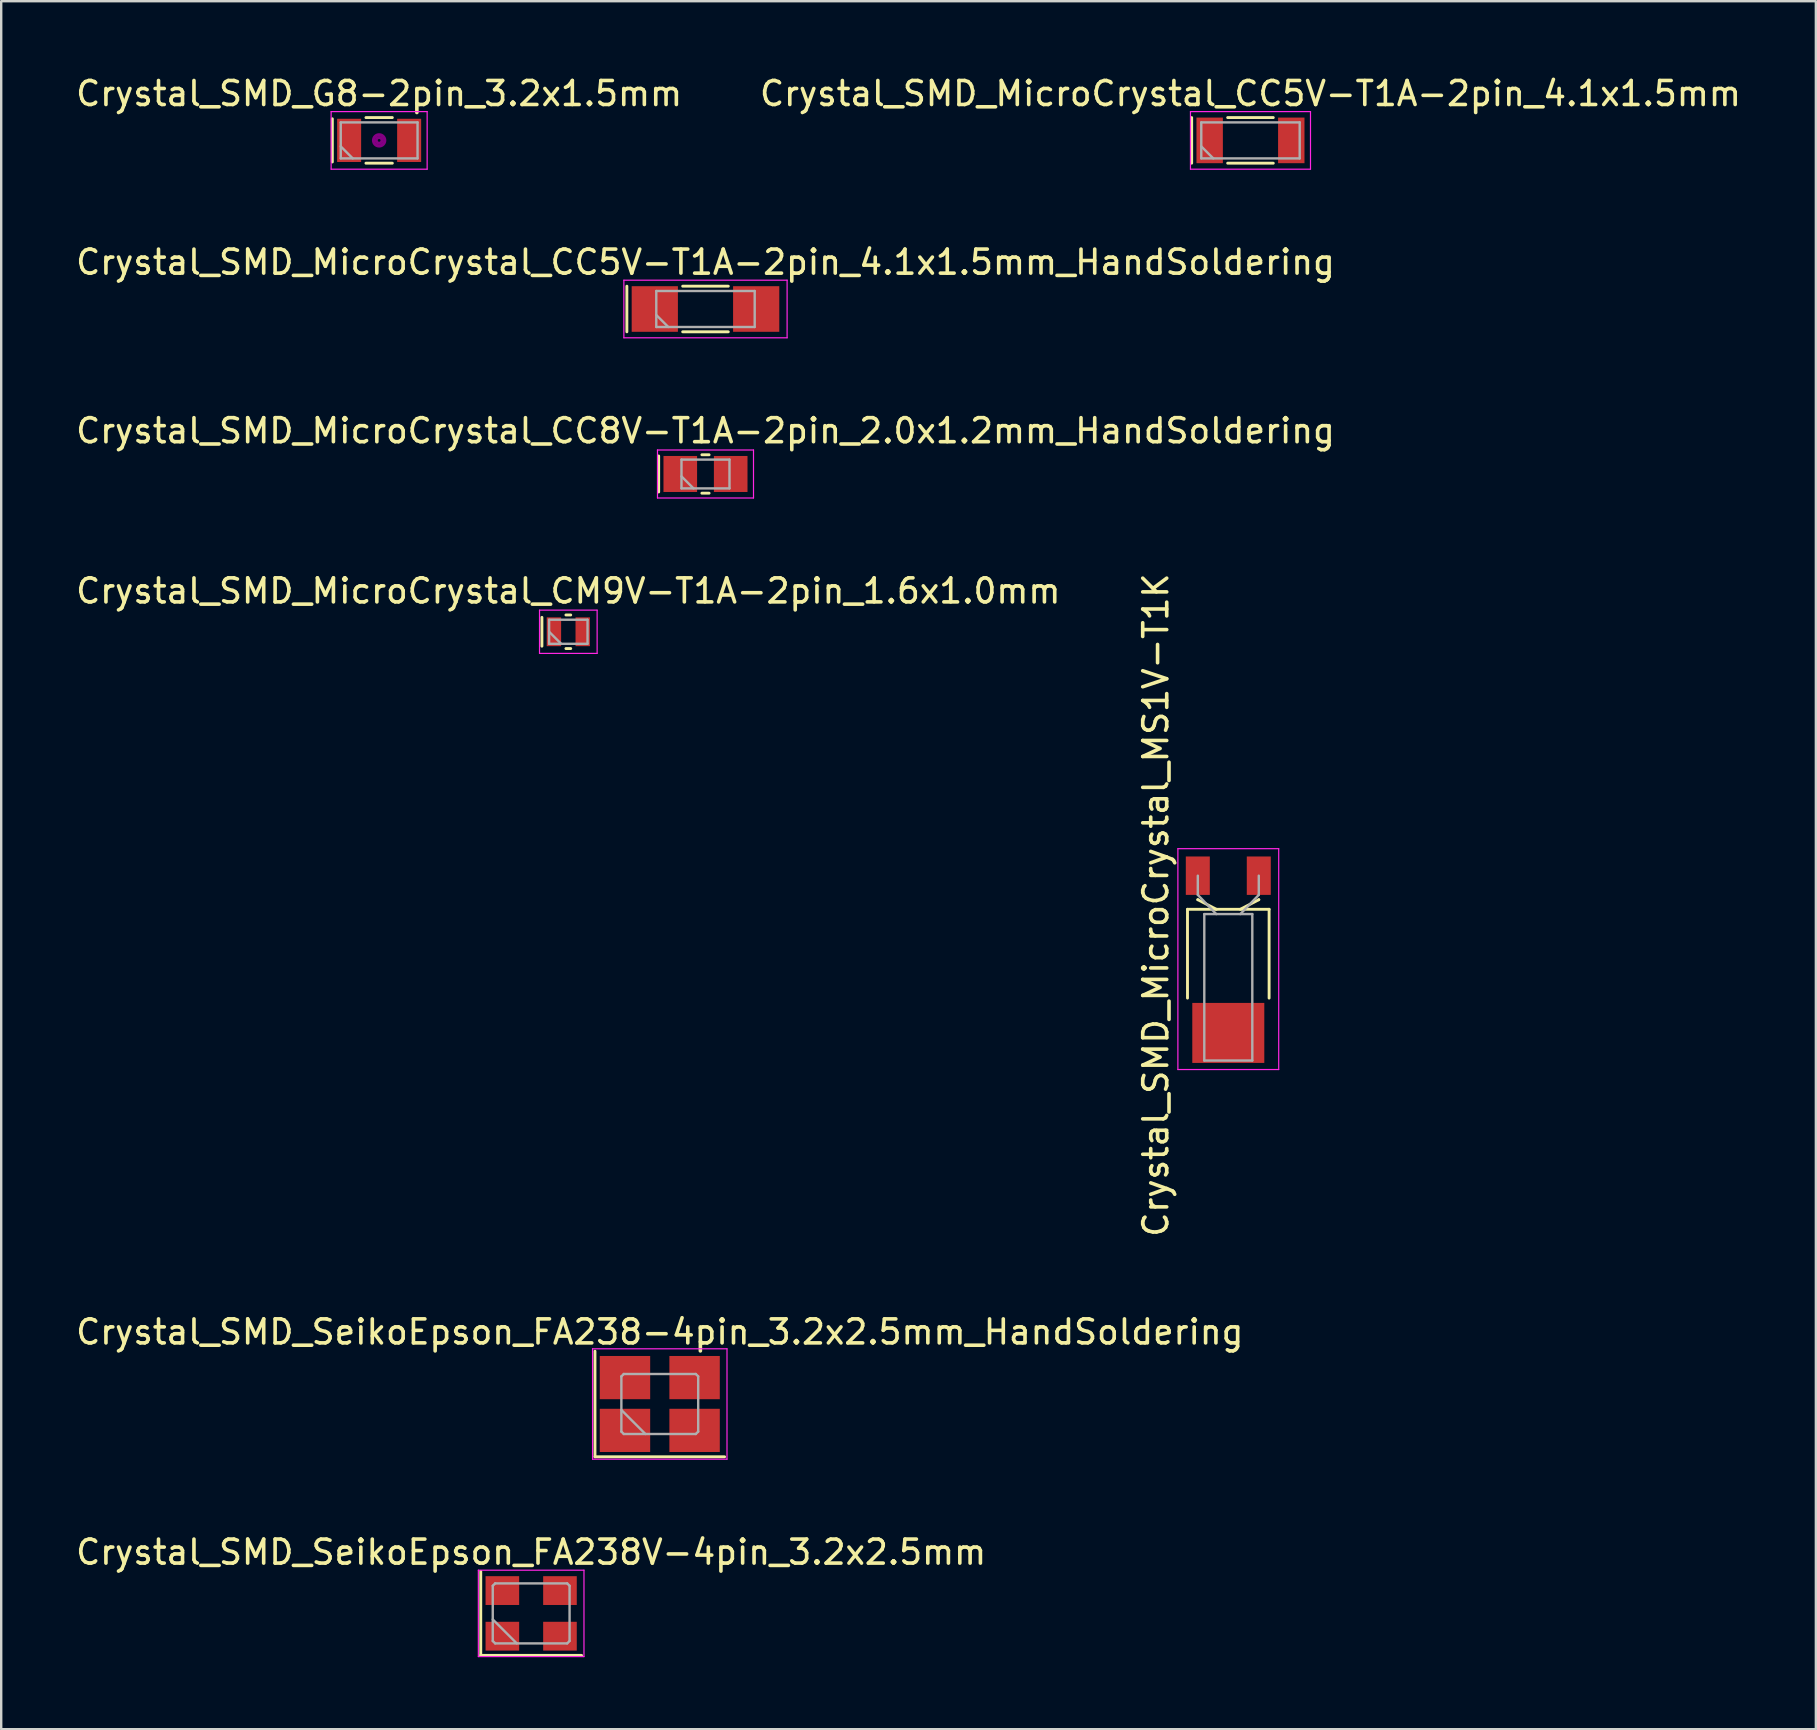
<source format=kicad_pcb>
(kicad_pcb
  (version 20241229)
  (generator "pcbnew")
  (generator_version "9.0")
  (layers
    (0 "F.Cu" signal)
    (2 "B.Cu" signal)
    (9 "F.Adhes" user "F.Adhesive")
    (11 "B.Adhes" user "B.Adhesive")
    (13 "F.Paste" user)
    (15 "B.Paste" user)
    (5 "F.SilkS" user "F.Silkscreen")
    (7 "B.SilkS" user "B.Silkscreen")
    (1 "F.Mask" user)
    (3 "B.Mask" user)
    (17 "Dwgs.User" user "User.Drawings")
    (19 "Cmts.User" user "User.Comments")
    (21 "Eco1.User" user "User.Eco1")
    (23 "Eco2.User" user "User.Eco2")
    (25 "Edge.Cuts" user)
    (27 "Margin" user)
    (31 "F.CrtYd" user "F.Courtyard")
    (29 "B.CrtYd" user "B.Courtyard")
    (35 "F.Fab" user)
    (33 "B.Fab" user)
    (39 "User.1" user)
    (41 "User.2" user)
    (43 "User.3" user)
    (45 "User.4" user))
  (footprint "Crystal_SMD_MicroCrystal_CM9V-T1A-2pin_1.6x1.0mm"
    (layer "F.Cu")
    (at 20.625 23.268)
    (property "Reference" "Crystal_SMD_MicroCrystal_CM9V-T1A-2pin_1.6x1.0mm" (at 0 -1.7 0) (layer "F.SilkS") (effects (font (size 1 1) (thickness 0.15))))
    (attr smd)
    (fp_line (start -1.1 -0.6) (end -1.1 0.6) (stroke (width 0.12) (type solid)) (layer "F.SilkS"))
    (fp_line (start -0.1 -0.7) (end 0.1 -0.7) (stroke (width 0.12) (type solid)) (layer "F.SilkS"))
    (fp_line (start -0.1 0.7) (end 0.1 0.7) (stroke (width 0.12) (type solid)) (layer "F.SilkS"))
    (fp_line (start -1.2 -0.9) (end -1.2 0.9) (stroke (width 0.05) (type solid)) (layer "F.CrtYd"))
    (fp_line (start -1.2 0.9) (end 1.2 0.9) (stroke (width 0.05) (type solid)) (layer "F.CrtYd"))
    (fp_line (start 1.2 -0.9) (end -1.2 -0.9) (stroke (width 0.05) (type solid)) (layer "F.CrtYd"))
    (fp_line (start 1.2 0.9) (end 1.2 -0.9) (stroke (width 0.05) (type solid)) (layer "F.CrtYd"))
    (fp_line (start -0.8 -0.5) (end -0.8 0.5) (stroke (width 0.1) (type solid)) (layer "F.Fab"))
    (fp_line (start -0.8 0) (end -0.3 0.5) (stroke (width 0.1) (type solid)) (layer "F.Fab"))
    (fp_line (start -0.8 0.5) (end 0.8 0.5) (stroke (width 0.1) (type solid)) (layer "F.Fab"))
    (fp_line (start 0.8 -0.5) (end -0.8 -0.5) (stroke (width 0.1) (type solid)) (layer "F.Fab"))
    (fp_line (start 0.8 0.5) (end 0.8 -0.5) (stroke (width 0.1) (type solid)) (layer "F.Fab"))
    (pad "1" smd rect (at -0.6 0) (size 0.6 1.2) (layers "F.Cu" "F.Mask"))
    (pad "2" smd rect (at 0.6 0) (size 0.6 1.2) (layers "F.Cu" "F.Mask")))
  (footprint "Crystal_SMD_MicroCrystal_MS1V-T1K"
    (layer "F.Cu")
    (at 48.118 36.704)
    (property "Reference" "Crystal_SMD_MicroCrystal_MS1V-T1K" (at -3.02 -2.05 90) (layer "F.SilkS") (effects (font (size 1 1) (thickness 0.15))))
    (attr smd)
    (fp_line (start -1.7 -1.875) (end 1.7 -1.875) (stroke (width 0.12) (type solid)) (layer "F.SilkS"))
    (fp_line (start -1.7 1.825) (end -1.7 -1.875) (stroke (width 0.12) (type solid)) (layer "F.SilkS"))
    (fp_line (start -1.27 -2.275) (end -1.27 -2.275) (stroke (width 0.12) (type solid)) (layer "F.SilkS"))
    (fp_line (start -0.5 -1.875) (end -1.27 -2.275) (stroke (width 0.12) (type solid)) (layer "F.SilkS"))
    (fp_line (start 0.5 -1.875) (end 1.27 -2.275) (stroke (width 0.12) (type solid)) (layer "F.SilkS"))
    (fp_line (start 1.27 -2.275) (end 1.27 -2.275) (stroke (width 0.12) (type solid)) (layer "F.SilkS"))
    (fp_line (start 1.7 -1.875) (end 1.7 1.825) (stroke (width 0.12) (type solid)) (layer "F.SilkS"))
    (fp_line (start -2.1 -4.4) (end -2.1 4.8) (stroke (width 0.05) (type solid)) (layer "F.CrtYd"))
    (fp_line (start -2.1 4.8) (end 2.1 4.8) (stroke (width 0.05) (type solid)) (layer "F.CrtYd"))
    (fp_line (start 2.1 -4.4) (end -2.1 -4.4) (stroke (width 0.05) (type solid)) (layer "F.CrtYd"))
    (fp_line (start 2.1 4.8) (end 2.1 -4.4) (stroke (width 0.05) (type solid)) (layer "F.CrtYd"))
    (fp_line (start -1.27 -2.475) (end -1.27 -3.275) (stroke (width 0.1) (type solid)) (layer "F.Fab"))
    (fp_line (start -1 -1.675) (end -1 4.425) (stroke (width 0.1) (type solid)) (layer "F.Fab"))
    (fp_line (start -1 4.425) (end 1 4.425) (stroke (width 0.1) (type solid)) (layer "F.Fab"))
    (fp_line (start -0.5 -1.675) (end -1.27 -2.475) (stroke (width 0.1) (type solid)) (layer "F.Fab"))
    (fp_line (start 0.5 -1.675) (end 1.27 -2.475) (stroke (width 0.1) (type solid)) (layer "F.Fab"))
    (fp_line (start 1 -1.675) (end -1 -1.675) (stroke (width 0.1) (type solid)) (layer "F.Fab"))
    (fp_line (start 1 4.425) (end 1 -1.675) (stroke (width 0.1) (type solid)) (layer "F.Fab"))
    (fp_line (start 1.27 -2.475) (end 1.27 -3.275) (stroke (width 0.1) (type solid)) (layer "F.Fab"))
    (pad "1" smd rect (at -1.27 -3.275) (size 1 1.6) (layers "F.Cu" "F.Mask"))
    (pad "2" smd rect (at 1.27 -3.275) (size 1 1.6) (layers "F.Cu" "F.Mask"))
    (pad "3" smd rect (at 0 3.275) (size 3 2.5) (layers "F.Cu" "F.Mask")))
  (footprint "Crystal_SMD_MicroCrystal_CC8V-T1A-2pin_2.0x1.2mm_HandSoldering"
    (layer "F.Cu")
    (at 26.339 16.695)
    (property "Reference" "Crystal_SMD_MicroCrystal_CC8V-T1A-2pin_2.0x1.2mm_HandSoldering" (at 0 -1.8 0) (layer "F.SilkS") (effects (font (size 1 1) (thickness 0.15))))
    (attr smd)
    (fp_line (start -1.95 -0.75) (end -1.95 0.75) (stroke (width 0.12) (type solid)) (layer "F.SilkS"))
    (fp_line (start -0.15 -0.8) (end 0.15 -0.8) (stroke (width 0.12) (type solid)) (layer "F.SilkS"))
    (fp_line (start -0.15 0.8) (end 0.15 0.8) (stroke (width 0.12) (type solid)) (layer "F.SilkS"))
    (fp_line (start -2 -1) (end -2 1) (stroke (width 0.05) (type solid)) (layer "F.CrtYd"))
    (fp_line (start -2 1) (end 2 1) (stroke (width 0.05) (type solid)) (layer "F.CrtYd"))
    (fp_line (start 2 -1) (end -2 -1) (stroke (width 0.05) (type solid)) (layer "F.CrtYd"))
    (fp_line (start 2 1) (end 2 -1) (stroke (width 0.05) (type solid)) (layer "F.CrtYd"))
    (fp_line (start -1 -0.6) (end -1 0.6) (stroke (width 0.1) (type solid)) (layer "F.Fab"))
    (fp_line (start -1 0.1) (end -0.5 0.6) (stroke (width 0.1) (type solid)) (layer "F.Fab"))
    (fp_line (start -1 0.6) (end 1 0.6) (stroke (width 0.1) (type solid)) (layer "F.Fab"))
    (fp_line (start 1 -0.6) (end -1 -0.6) (stroke (width 0.1) (type solid)) (layer "F.Fab"))
    (fp_line (start 1 0.6) (end 1 -0.6) (stroke (width 0.1) (type solid)) (layer "F.Fab"))
    (pad "1" smd rect (at -1.05 0) (size 1.4 1.5) (layers "F.Cu" "F.Mask"))
    (pad "2" smd rect (at 1.05 0) (size 1.4 1.5) (layers "F.Cu" "F.Mask")))
  (footprint "Crystal_SMD_MicroCrystal_CC5V-T1A-2pin_4.1x1.5mm"
    (layer "F.Cu")
    (at 49.042 2.798)
    (property "Reference" "Crystal_SMD_MicroCrystal_CC5V-T1A-2pin_4.1x1.5mm" (at 0 -1.95 0) (layer "F.SilkS") (effects (font (size 1 1) (thickness 0.15))))
    (attr smd)
    (fp_line (start -2.45 -0.95) (end -2.45 0.95) (stroke (width 0.12) (type solid)) (layer "F.SilkS"))
    (fp_line (start -0.95 -0.95) (end 0.95 -0.95) (stroke (width 0.12) (type solid)) (layer "F.SilkS"))
    (fp_line (start -0.95 0.95) (end 0.95 0.95) (stroke (width 0.12) (type solid)) (layer "F.SilkS"))
    (fp_line (start -2.5 -1.2) (end -2.5 1.2) (stroke (width 0.05) (type solid)) (layer "F.CrtYd"))
    (fp_line (start -2.5 1.2) (end 2.5 1.2) (stroke (width 0.05) (type solid)) (layer "F.CrtYd"))
    (fp_line (start 2.5 -1.2) (end -2.5 -1.2) (stroke (width 0.05) (type solid)) (layer "F.CrtYd"))
    (fp_line (start 2.5 1.2) (end 2.5 -1.2) (stroke (width 0.05) (type solid)) (layer "F.CrtYd"))
    (fp_line (start -2.05 -0.75) (end -2.05 0.75) (stroke (width 0.1) (type solid)) (layer "F.Fab"))
    (fp_line (start -2.05 0.25) (end -1.55 0.75) (stroke (width 0.1) (type solid)) (layer "F.Fab"))
    (fp_line (start -2.05 0.75) (end 2.05 0.75) (stroke (width 0.1) (type solid)) (layer "F.Fab"))
    (fp_line (start 2.05 -0.75) (end -2.05 -0.75) (stroke (width 0.1) (type solid)) (layer "F.Fab"))
    (fp_line (start 2.05 0.75) (end 2.05 -0.75) (stroke (width 0.1) (type solid)) (layer "F.Fab"))
    (pad "1" smd rect (at -1.7 0) (size 1.1 1.9) (layers "F.Cu" "F.Mask"))
    (pad "2" smd rect (at 1.7 0) (size 1.1 1.9) (layers "F.Cu" "F.Mask")))
  (footprint "Crystal_SMD_G8-2pin_3.2x1.5mm"
    (layer "F.Cu")
    (at 12.744 2.798)
    (property "Reference" "Crystal_SMD_G8-2pin_3.2x1.5mm" (at 0 -1.95 0) (layer "F.SilkS") (effects (font (size 1 1) (thickness 0.15))))
    (attr smd)
    (fp_line (start -1.95 -0.9) (end -1.95 0.9) (stroke (width 0.12) (type solid)) (layer "F.SilkS"))
    (fp_line (start -0.55 -0.95) (end 0.55 -0.95) (stroke (width 0.12) (type solid)) (layer "F.SilkS"))
    (fp_line (start -0.55 0.95) (end 0.55 0.95) (stroke (width 0.12) (type solid)) (layer "F.SilkS"))
    (fp_circle (center 0 0) (end 0.058 0) (stroke (width 0.117) (type solid)) (fill no) (layer "F.Adhes"))
    (fp_circle (center 0 0) (end 0.133 0) (stroke (width 0.083) (type solid)) (fill no) (layer "F.Adhes"))
    (fp_circle (center 0 0) (end 0.208 0) (stroke (width 0.083) (type solid)) (fill no) (layer "F.Adhes"))
    (fp_circle (center 0 0) (end 0.25 0) (stroke (width 0.1) (type solid)) (fill no) (layer "F.Adhes"))
    (fp_line (start -2 -1.2) (end -2 1.2) (stroke (width 0.05) (type solid)) (layer "F.CrtYd"))
    (fp_line (start -2 1.2) (end 2 1.2) (stroke (width 0.05) (type solid)) (layer "F.CrtYd"))
    (fp_line (start 2 -1.2) (end -2 -1.2) (stroke (width 0.05) (type solid)) (layer "F.CrtYd"))
    (fp_line (start 2 1.2) (end 2 -1.2) (stroke (width 0.05) (type solid)) (layer "F.CrtYd"))
    (fp_line (start -1.6 -0.75) (end -1.6 0.75) (stroke (width 0.1) (type solid)) (layer "F.Fab"))
    (fp_line (start -1.6 0.25) (end -1.1 0.75) (stroke (width 0.1) (type solid)) (layer "F.Fab"))
    (fp_line (start -1.6 0.75) (end 1.6 0.75) (stroke (width 0.1) (type solid)) (layer "F.Fab"))
    (fp_line (start 1.6 -0.75) (end -1.6 -0.75) (stroke (width 0.1) (type solid)) (layer "F.Fab"))
    (fp_line (start 1.6 0.75) (end 1.6 -0.75) (stroke (width 0.1) (type solid)) (layer "F.Fab"))
    (pad "1" smd rect (at -1.25 0) (size 1 1.8) (layers "F.Cu" "F.Mask"))
    (pad "2" smd rect (at 1.25 0) (size 1 1.8) (layers "F.Cu" "F.Mask")))
  (footprint "Crystal_SMD_MicroCrystal_CC5V-T1A-2pin_4.1x1.5mm_HandSoldering"
    (layer "F.Cu")
    (at 26.339 9.822)
    (property "Reference" "Crystal_SMD_MicroCrystal_CC5V-T1A-2pin_4.1x1.5mm_HandSoldering" (at 0 -1.95 0) (layer "F.SilkS") (effects (font (size 1 1) (thickness 0.15))))
    (attr smd)
    (fp_line (start -3.275 -0.95) (end -3.275 0.95) (stroke (width 0.12) (type solid)) (layer "F.SilkS"))
    (fp_line (start -0.95 -0.95) (end 0.95 -0.95) (stroke (width 0.12) (type solid)) (layer "F.SilkS"))
    (fp_line (start -0.95 0.95) (end 0.95 0.95) (stroke (width 0.12) (type solid)) (layer "F.SilkS"))
    (fp_line (start -3.4 -1.2) (end -3.4 1.2) (stroke (width 0.05) (type solid)) (layer "F.CrtYd"))
    (fp_line (start -3.4 1.2) (end 3.4 1.2) (stroke (width 0.05) (type solid)) (layer "F.CrtYd"))
    (fp_line (start 3.4 -1.2) (end -3.4 -1.2) (stroke (width 0.05) (type solid)) (layer "F.CrtYd"))
    (fp_line (start 3.4 1.2) (end 3.4 -1.2) (stroke (width 0.05) (type solid)) (layer "F.CrtYd"))
    (fp_line (start -2.05 -0.75) (end -2.05 0.75) (stroke (width 0.1) (type solid)) (layer "F.Fab"))
    (fp_line (start -2.05 0.25) (end -1.55 0.75) (stroke (width 0.1) (type solid)) (layer "F.Fab"))
    (fp_line (start -2.05 0.75) (end 2.05 0.75) (stroke (width 0.1) (type solid)) (layer "F.Fab"))
    (fp_line (start 2.05 -0.75) (end -2.05 -0.75) (stroke (width 0.1) (type solid)) (layer "F.Fab"))
    (fp_line (start 2.05 0.75) (end 2.05 -0.75) (stroke (width 0.1) (type solid)) (layer "F.Fab"))
    (pad "1" smd rect (at -2.112 0) (size 1.925 1.9) (layers "F.Cu" "F.Mask"))
    (pad "2" smd rect (at 2.112 0) (size 1.925 1.9) (layers "F.Cu" "F.Mask")))
  (footprint "Crystal_SMD_SeikoEpson_FA238V-4pin_3.2x2.5mm"
    (layer "F.Cu")
    (at 19.077 64.16)
    (property "Reference" "Crystal_SMD_SeikoEpson_FA238V-4pin_3.2x2.5mm" (at 0 -2.55 0) (layer "F.SilkS") (effects (font (size 1 1) (thickness 0.15))))
    (attr smd)
    (fp_line (start -2.1 -1.75) (end -2.1 1.75) (stroke (width 0.12) (type solid)) (layer "F.SilkS"))
    (fp_line (start -2.1 1.75) (end 2.1 1.75) (stroke (width 0.12) (type solid)) (layer "F.SilkS"))
    (fp_line (start -2.2 -1.8) (end -2.2 1.8) (stroke (width 0.05) (type solid)) (layer "F.CrtYd"))
    (fp_line (start -2.2 1.8) (end 2.2 1.8) (stroke (width 0.05) (type solid)) (layer "F.CrtYd"))
    (fp_line (start 2.2 -1.8) (end -2.2 -1.8) (stroke (width 0.05) (type solid)) (layer "F.CrtYd"))
    (fp_line (start 2.2 1.8) (end 2.2 -1.8) (stroke (width 0.05) (type solid)) (layer "F.CrtYd"))
    (fp_line (start -1.6 -1.15) (end -1.5 -1.25) (stroke (width 0.1) (type solid)) (layer "F.Fab"))
    (fp_line (start -1.6 0.25) (end -0.6 1.25) (stroke (width 0.1) (type solid)) (layer "F.Fab"))
    (fp_line (start -1.6 1.15) (end -1.6 -1.15) (stroke (width 0.1) (type solid)) (layer "F.Fab"))
    (fp_line (start -1.5 -1.25) (end 1.5 -1.25) (stroke (width 0.1) (type solid)) (layer "F.Fab"))
    (fp_line (start -1.5 1.25) (end -1.6 1.15) (stroke (width 0.1) (type solid)) (layer "F.Fab"))
    (fp_line (start 1.5 -1.25) (end 1.6 -1.15) (stroke (width 0.1) (type solid)) (layer "F.Fab"))
    (fp_line (start 1.5 1.25) (end -1.5 1.25) (stroke (width 0.1) (type solid)) (layer "F.Fab"))
    (fp_line (start 1.6 -1.15) (end 1.6 1.15) (stroke (width 0.1) (type solid)) (layer "F.Fab"))
    (fp_line (start 1.6 1.15) (end 1.5 1.25) (stroke (width 0.1) (type solid)) (layer "F.Fab"))
    (pad "1" smd rect (at -1.2 0.95) (size 1.4 1.2) (layers "F.Cu" "F.Mask"))
    (pad "2" smd rect (at 1.2 0.95) (size 1.4 1.2) (layers "F.Cu" "F.Mask"))
    (pad "3" smd rect (at 1.2 -0.95) (size 1.4 1.2) (layers "F.Cu" "F.Mask"))
    (pad "4" smd rect (at -1.2 -0.95) (size 1.4 1.2) (layers "F.Cu" "F.Mask")))
  (footprint "Crystal_SMD_SeikoEpson_FA238-4pin_3.2x2.5mm_HandSoldering"
    (layer "F.Cu")
    (at 24.435 55.437)
    (property "Reference" "Crystal_SMD_SeikoEpson_FA238-4pin_3.2x2.5mm_HandSoldering" (at 0 -3 0) (layer "F.SilkS") (effects (font (size 1 1) (thickness 0.15))))
    (attr smd)
    (fp_line (start -2.7 -2.2) (end -2.7 2.2) (stroke (width 0.12) (type solid)) (layer "F.SilkS"))
    (fp_line (start -2.7 2.2) (end 2.7 2.2) (stroke (width 0.12) (type solid)) (layer "F.SilkS"))
    (fp_line (start -2.8 -2.3) (end -2.8 2.3) (stroke (width 0.05) (type solid)) (layer "F.CrtYd"))
    (fp_line (start -2.8 2.3) (end 2.8 2.3) (stroke (width 0.05) (type solid)) (layer "F.CrtYd"))
    (fp_line (start 2.8 -2.3) (end -2.8 -2.3) (stroke (width 0.05) (type solid)) (layer "F.CrtYd"))
    (fp_line (start 2.8 2.3) (end 2.8 -2.3) (stroke (width 0.05) (type solid)) (layer "F.CrtYd"))
    (fp_line (start -1.6 -1.15) (end -1.5 -1.25) (stroke (width 0.1) (type solid)) (layer "F.Fab"))
    (fp_line (start -1.6 0.25) (end -0.6 1.25) (stroke (width 0.1) (type solid)) (layer "F.Fab"))
    (fp_line (start -1.6 1.15) (end -1.6 -1.15) (stroke (width 0.1) (type solid)) (layer "F.Fab"))
    (fp_line (start -1.5 -1.25) (end 1.5 -1.25) (stroke (width 0.1) (type solid)) (layer "F.Fab"))
    (fp_line (start -1.5 1.25) (end -1.6 1.15) (stroke (width 0.1) (type solid)) (layer "F.Fab"))
    (fp_line (start 1.5 -1.25) (end 1.6 -1.15) (stroke (width 0.1) (type solid)) (layer "F.Fab"))
    (fp_line (start 1.5 1.25) (end -1.5 1.25) (stroke (width 0.1) (type solid)) (layer "F.Fab"))
    (fp_line (start 1.6 -1.15) (end 1.6 1.15) (stroke (width 0.1) (type solid)) (layer "F.Fab"))
    (fp_line (start 1.6 1.15) (end 1.5 1.25) (stroke (width 0.1) (type solid)) (layer "F.Fab"))
    (pad "1" smd rect (at -1.45 1.1) (size 2.1 1.8) (layers "F.Cu" "F.Mask"))
    (pad "2" smd rect (at 1.45 1.1) (size 2.1 1.8) (layers "F.Cu" "F.Mask"))
    (pad "3" smd rect (at 1.45 -1.1) (size 2.1 1.8) (layers "F.Cu" "F.Mask"))
    (pad "4" smd rect (at -1.45 -1.1) (size 2.1 1.8) (layers "F.Cu" "F.Mask")))
  (gr_rect
    (start -3 -3)
    (end 72.595 68.985)
    (stroke (width 0.1) (type default))
    (fill no)
    (layer "Edge.Cuts")))
</source>
